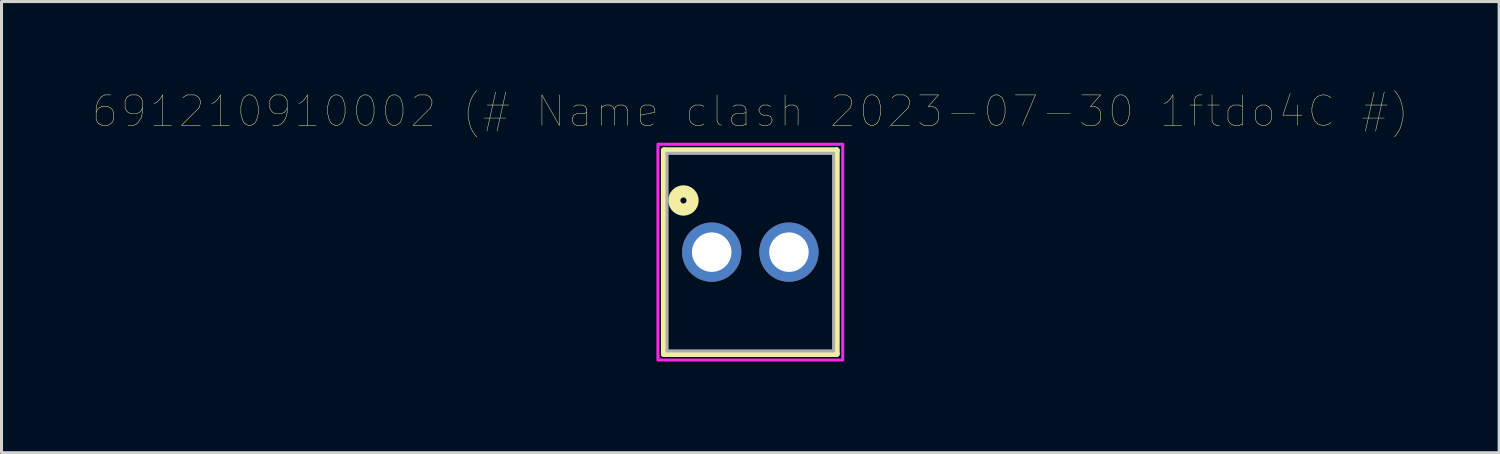
<source format=kicad_pcb>
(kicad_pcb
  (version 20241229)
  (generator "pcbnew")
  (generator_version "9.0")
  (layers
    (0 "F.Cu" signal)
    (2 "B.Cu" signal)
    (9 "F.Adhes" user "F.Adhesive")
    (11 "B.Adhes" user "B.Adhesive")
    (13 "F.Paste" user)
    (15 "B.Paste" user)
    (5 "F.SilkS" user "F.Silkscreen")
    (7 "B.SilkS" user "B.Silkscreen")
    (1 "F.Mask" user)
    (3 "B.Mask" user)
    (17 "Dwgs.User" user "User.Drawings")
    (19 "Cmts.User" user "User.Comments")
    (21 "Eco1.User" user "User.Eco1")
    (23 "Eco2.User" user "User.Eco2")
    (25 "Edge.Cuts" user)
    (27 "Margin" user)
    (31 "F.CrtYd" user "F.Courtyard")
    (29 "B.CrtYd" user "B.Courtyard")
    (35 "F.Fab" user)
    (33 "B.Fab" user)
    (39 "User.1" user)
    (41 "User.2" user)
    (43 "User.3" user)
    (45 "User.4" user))
  (footprint "691210910002 (# Name clash 2023-07-30 1ftdo4C #)"
    (layer "F.Cu")
    (at 21.637 5.246)
    (property "Reference" "691210910002 (# Name clash 2023-07-30 1ftdo4C #)" (at 0 -4.635 0) (layer "F.SilkS") (effects (font (size 1 1) (thickness 0.015))))
    (attr through_hole)
    (fp_line (start -2.84 -3.35) (end 2.84 -3.35) (stroke (width 0.2) (type solid)) (layer "F.SilkS"))
    (fp_line (start -2.84 3.35) (end -2.84 -3.35) (stroke (width 0.2) (type solid)) (layer "F.SilkS"))
    (fp_line (start 2.84 -3.35) (end 2.84 3.35) (stroke (width 0.2) (type solid)) (layer "F.SilkS"))
    (fp_line (start 2.84 3.35) (end -2.84 3.35) (stroke (width 0.2) (type solid)) (layer "F.SilkS"))
    (fp_circle (center -2.2 -1.7) (end -2.1 -1.7) (stroke (width 0.4) (type solid)) (fill no) (layer "F.SilkS"))
    (fp_poly (pts (xy -3.04 -3.55) (xy 3.04 -3.55) (xy 3.04 3.55) (xy -3.04 3.55)) (stroke (width 0.1) (type solid)) (fill no) (layer "F.CrtYd"))
    (fp_line (start -2.74 -3.25) (end -2.74 3.25) (stroke (width 0.1) (type solid)) (layer "F.Fab"))
    (fp_line (start -2.74 3.25) (end 2.74 3.25) (stroke (width 0.1) (type solid)) (layer "F.Fab"))
    (fp_line (start 2.74 -3.25) (end -2.74 -3.25) (stroke (width 0.1) (type solid)) (layer "F.Fab"))
    (fp_line (start 2.74 3.25) (end 2.74 -3.25) (stroke (width 0.1) (type solid)) (layer "F.Fab"))
    (pad "1" thru_hole circle (at -1.27 0) (size 1.95 1.95) (drill 1.3) (layers "*.Cu" "*.Mask"))
    (pad "2" thru_hole circle (at 1.27 0) (size 1.95 1.95) (drill 1.3) (layers "*.Cu" "*.Mask")))
  (gr_rect
    (start -3 -3)
    (end 46.274 11.846)
    (stroke (width 0.1) (type default))
    (fill no)
    (layer "Edge.Cuts")))
</source>
